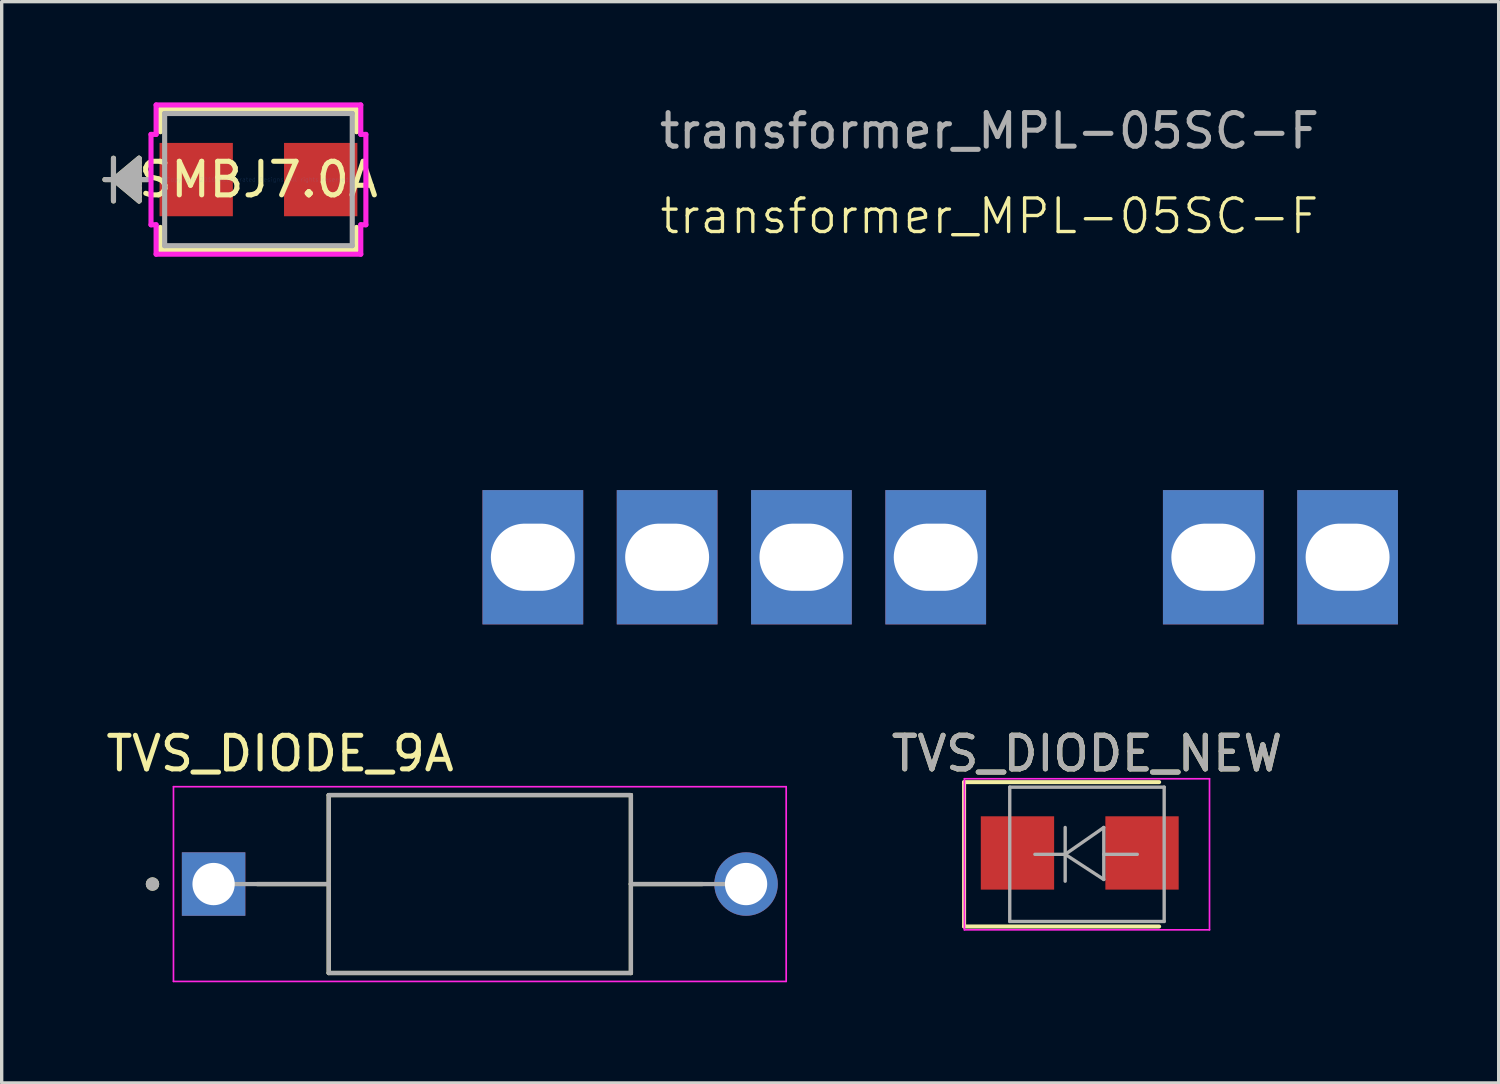
<source format=kicad_pcb>
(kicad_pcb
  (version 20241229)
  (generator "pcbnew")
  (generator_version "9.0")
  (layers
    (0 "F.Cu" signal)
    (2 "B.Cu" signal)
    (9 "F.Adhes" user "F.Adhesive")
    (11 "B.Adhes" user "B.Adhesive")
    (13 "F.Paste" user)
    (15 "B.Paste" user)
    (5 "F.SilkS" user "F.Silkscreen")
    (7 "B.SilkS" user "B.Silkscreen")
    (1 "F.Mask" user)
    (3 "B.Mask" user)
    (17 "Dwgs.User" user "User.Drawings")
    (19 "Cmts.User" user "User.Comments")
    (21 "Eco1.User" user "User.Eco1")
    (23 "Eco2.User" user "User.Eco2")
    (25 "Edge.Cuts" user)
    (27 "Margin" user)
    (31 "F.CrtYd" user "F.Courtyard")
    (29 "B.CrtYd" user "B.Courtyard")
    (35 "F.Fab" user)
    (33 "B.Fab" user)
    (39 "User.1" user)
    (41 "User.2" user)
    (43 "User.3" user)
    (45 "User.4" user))
  (footprint "transformer_MPL-05SC-F"
    (layer "F.Cu")
    (at 26.421 13.548)
    (property "Reference" "transformer_MPL-05SC-F" (at 0 -10.16 0) (unlocked yes) (layer "F.SilkS") (effects (font (size 1 1) (thickness 0.1))))
    (attr smd)
    (fp_text user "${REFERENCE}" (at 0 -12.7 0) (unlocked yes) (layer "F.Fab") (effects (font (size 1 1) (thickness 0.15))))
    (pad "1" thru_hole rect (at -13.6 0) (size 3 4) (drill oval 2.5 2) (layers "*.Cu" "*.Mask"))
    (pad "2" thru_hole rect (at -9.6 0) (size 3 4) (drill oval 2.5 2) (layers "*.Cu" "*.Mask"))
    (pad "3" thru_hole rect (at -5.6 0) (size 3 4) (drill oval 2.5 2) (layers "*.Cu" "*.Mask"))
    (pad "4" thru_hole rect (at -1.6 0) (size 3 4) (drill oval 2.5 2) (layers "*.Cu" "*.Mask"))
    (pad "6" thru_hole rect (at 6.668 0) (size 3 4) (drill oval 2.5 2) (layers "*.Cu" "*.Mask"))
    (pad "7" thru_hole rect (at 10.668 0) (size 3 4) (drill oval 2.5 2) (layers "*.Cu" "*.Mask")))
  (footprint "TVS_DIODE_NEW"
    (layer "F.Cu")
    (at 29.326 22.396)
    (property "Reference" "TVS_DIODE_NEW" (at 0 -3 0) (layer "F.SilkS") (effects (font (size 1 1) (thickness 0.15))))
    (attr smd)
    (fp_line (start -3.66 -2.15) (end -3.66 2.15) (stroke (width 0.12) (type solid)) (layer "F.SilkS"))
    (fp_line (start -3.66 -2.15) (end 2.15 -2.15) (stroke (width 0.12) (type solid)) (layer "F.SilkS"))
    (fp_line (start -3.66 2.15) (end 2.15 2.15) (stroke (width 0.12) (type solid)) (layer "F.SilkS"))
    (fp_line (start -3.65 -2.25) (end 3.65 -2.25) (stroke (width 0.05) (type solid)) (layer "F.CrtYd"))
    (fp_line (start -3.65 2.25) (end -3.65 -2.25) (stroke (width 0.05) (type solid)) (layer "F.CrtYd"))
    (fp_line (start 3.65 -2.25) (end 3.65 2.25) (stroke (width 0.05) (type solid)) (layer "F.CrtYd"))
    (fp_line (start 3.65 2.25) (end -3.65 2.25) (stroke (width 0.05) (type solid)) (layer "F.CrtYd"))
    (fp_line (start -2.3 2) (end -2.3 -2) (stroke (width 0.1) (type solid)) (layer "F.Fab"))
    (fp_line (start -0.649 -0.799) (end -0.649 0.801) (stroke (width 0.1) (type solid)) (layer "F.Fab"))
    (fp_line (start -0.649 0.001) (end -1.551 0.001) (stroke (width 0.1) (type solid)) (layer "F.Fab"))
    (fp_line (start -0.649 0.001) (end 0.501 -0.799) (stroke (width 0.1) (type solid)) (layer "F.Fab"))
    (fp_line (start -0.649 0.001) (end 0.501 0.75) (stroke (width 0.1) (type solid)) (layer "F.Fab"))
    (fp_line (start 0.501 0.001) (end 1.499 0.001) (stroke (width 0.1) (type solid)) (layer "F.Fab"))
    (fp_line (start 0.501 0.75) (end 0.501 -0.799) (stroke (width 0.1) (type solid)) (layer "F.Fab"))
    (fp_line (start 2.3 -2) (end -2.3 -2) (stroke (width 0.1) (type solid)) (layer "F.Fab"))
    (fp_line (start 2.3 -2) (end 2.3 2) (stroke (width 0.1) (type solid)) (layer "F.Fab"))
    (fp_line (start 2.3 2) (end -2.3 2) (stroke (width 0.1) (type solid)) (layer "F.Fab"))
    (fp_text user "${REFERENCE}" (at 0 -3 0) (layer "F.Fab") (effects (font (size 1 1) (thickness 0.15))))
    (pad "1" smd rect (at -2.07 -0.04 90) (size 2.184 2.184) (layers "F.Cu" "F.Mask" "F.Paste"))
    (pad "2" smd rect (at 1.64 -0.04 90) (size 2.184 2.184) (layers "F.Cu" "F.Mask" "F.Paste")))
  (footprint "TVS_DIODE_9A"
    (layer "F.Cu")
    (at 11.242 23.282)
    (property "Reference" "TVS_DIODE_9A" (at -5.95 -3.885 0) (layer "F.SilkS") (effects (font (size 1 1) (thickness 0.15))))
    (attr through_hole)
    (fp_line (start -4.5 -2.65) (end -4.5 0) (stroke (width 0.127) (type solid)) (layer "F.SilkS"))
    (fp_line (start -4.5 0) (end -6.63 0) (stroke (width 0.127) (type solid)) (layer "F.SilkS"))
    (fp_line (start -4.5 0) (end -4.5 2.65) (stroke (width 0.127) (type solid)) (layer "F.SilkS"))
    (fp_line (start -4.5 2.65) (end 4.5 2.65) (stroke (width 0.127) (type solid)) (layer "F.SilkS"))
    (fp_line (start 4.5 -2.65) (end -4.5 -2.65) (stroke (width 0.127) (type solid)) (layer "F.SilkS"))
    (fp_line (start 4.5 0) (end 4.5 -2.65) (stroke (width 0.127) (type solid)) (layer "F.SilkS"))
    (fp_line (start 4.5 0) (end 6.63 0) (stroke (width 0.127) (type solid)) (layer "F.SilkS"))
    (fp_line (start 4.5 2.65) (end 4.5 0) (stroke (width 0.127) (type solid)) (layer "F.SilkS"))
    (fp_circle (center -9.75 0) (end -9.65 0) (stroke (width 0.2) (type solid)) (fill no) (layer "F.SilkS"))
    (fp_line (start -9.125 -2.9) (end -9.125 2.9) (stroke (width 0.05) (type solid)) (layer "F.CrtYd"))
    (fp_line (start -9.125 2.9) (end 9.125 2.9) (stroke (width 0.05) (type solid)) (layer "F.CrtYd"))
    (fp_line (start 9.125 -2.9) (end -9.125 -2.9) (stroke (width 0.05) (type solid)) (layer "F.CrtYd"))
    (fp_line (start 9.125 2.9) (end 9.125 -2.9) (stroke (width 0.05) (type solid)) (layer "F.CrtYd"))
    (fp_line (start -4.5 -2.65) (end -4.5 0) (stroke (width 0.127) (type solid)) (layer "F.Fab"))
    (fp_line (start -4.5 0) (end -7.93 0) (stroke (width 0.127) (type solid)) (layer "F.Fab"))
    (fp_line (start -4.5 0) (end -4.5 2.65) (stroke (width 0.127) (type solid)) (layer "F.Fab"))
    (fp_line (start -4.5 2.65) (end 4.5 2.65) (stroke (width 0.127) (type solid)) (layer "F.Fab"))
    (fp_line (start 4.5 -2.65) (end -4.5 -2.65) (stroke (width 0.127) (type solid)) (layer "F.Fab"))
    (fp_line (start 4.5 0) (end 4.5 -2.65) (stroke (width 0.127) (type solid)) (layer "F.Fab"))
    (fp_line (start 4.5 0) (end 7.93 0) (stroke (width 0.127) (type solid)) (layer "F.Fab"))
    (fp_line (start 4.5 2.65) (end 4.5 0) (stroke (width 0.127) (type solid)) (layer "F.Fab"))
    (fp_circle (center -9.75 0) (end -9.65 0) (stroke (width 0.2) (type solid)) (fill no) (layer "F.Fab"))
    (pad "A" thru_hole circle (at 7.93 0) (size 1.89 1.89) (drill 1.26) (layers "*.Cu" "*.Mask"))
    (pad "C" thru_hole rect (at -7.93 0) (size 1.89 1.89) (drill 1.26) (layers "*.Cu" "*.Mask")))
  (footprint "SMBJ7.0A"
    (layer "F.Cu")
    (at 4.648 2.299)
    (property "Reference" "SMBJ7.0A" (at 0 0 0) (layer "F.SilkS") (effects (font (size 1 1) (thickness 0.15))))
    (attr through_hole)
    (fp_line (start -4.318 -0.635) (end -4.318 0.635) (stroke (width 0.152) (type solid)) (layer "F.SilkS"))
    (fp_line (start -4.318 0) (end -3.556 -0.635) (stroke (width 0.152) (type solid)) (layer "F.SilkS"))
    (fp_line (start -4.318 0) (end -3.556 -0.508) (stroke (width 0.152) (type solid)) (layer "F.SilkS"))
    (fp_line (start -4.318 0) (end -3.556 -0.381) (stroke (width 0.152) (type solid)) (layer "F.SilkS"))
    (fp_line (start -4.318 0) (end -3.556 -0.254) (stroke (width 0.152) (type solid)) (layer "F.SilkS"))
    (fp_line (start -4.318 0) (end -3.556 -0.127) (stroke (width 0.152) (type solid)) (layer "F.SilkS"))
    (fp_line (start -4.318 0) (end -3.556 0.127) (stroke (width 0.152) (type solid)) (layer "F.SilkS"))
    (fp_line (start -4.318 0) (end -3.556 0.254) (stroke (width 0.152) (type solid)) (layer "F.SilkS"))
    (fp_line (start -4.318 0) (end -3.556 0.381) (stroke (width 0.152) (type solid)) (layer "F.SilkS"))
    (fp_line (start -4.318 0) (end -3.556 0.508) (stroke (width 0.152) (type solid)) (layer "F.SilkS"))
    (fp_line (start -4.318 0) (end -3.556 0.635) (stroke (width 0.152) (type solid)) (layer "F.SilkS"))
    (fp_line (start -3.556 -0.635) (end -3.556 0.635) (stroke (width 0.152) (type solid)) (layer "F.SilkS"))
    (fp_line (start -3.302 0) (end -4.572 0) (stroke (width 0.152) (type solid)) (layer "F.SilkS"))
    (fp_line (start -2.921 -2.095) (end -2.921 -1.425) (stroke (width 0.152) (type solid)) (layer "F.SilkS"))
    (fp_line (start -2.921 1.425) (end -2.921 2.095) (stroke (width 0.152) (type solid)) (layer "F.SilkS"))
    (fp_line (start -2.921 2.095) (end 2.921 2.095) (stroke (width 0.152) (type solid)) (layer "F.SilkS"))
    (fp_line (start 2.921 -2.095) (end -2.921 -2.095) (stroke (width 0.152) (type solid)) (layer "F.SilkS"))
    (fp_line (start 2.921 -1.425) (end 2.921 -2.095) (stroke (width 0.152) (type solid)) (layer "F.SilkS"))
    (fp_line (start 2.921 2.095) (end 2.921 1.425) (stroke (width 0.152) (type solid)) (layer "F.SilkS"))
    (fp_line (start -3.2 -1.346) (end -3.048 -1.346) (stroke (width 0.152) (type solid)) (layer "F.CrtYd"))
    (fp_line (start -3.2 1.346) (end -3.2 -1.346) (stroke (width 0.152) (type solid)) (layer "F.CrtYd"))
    (fp_line (start -3.048 -2.223) (end 3.048 -2.223) (stroke (width 0.152) (type solid)) (layer "F.CrtYd"))
    (fp_line (start -3.048 -1.346) (end -3.048 -2.223) (stroke (width 0.152) (type solid)) (layer "F.CrtYd"))
    (fp_line (start -3.048 1.346) (end -3.2 1.346) (stroke (width 0.152) (type solid)) (layer "F.CrtYd"))
    (fp_line (start -3.048 2.223) (end -3.048 1.346) (stroke (width 0.152) (type solid)) (layer "F.CrtYd"))
    (fp_line (start 3.048 -2.223) (end 3.048 -1.346) (stroke (width 0.152) (type solid)) (layer "F.CrtYd"))
    (fp_line (start 3.048 -1.346) (end 3.2 -1.346) (stroke (width 0.152) (type solid)) (layer "F.CrtYd"))
    (fp_line (start 3.048 1.346) (end 3.048 2.223) (stroke (width 0.152) (type solid)) (layer "F.CrtYd"))
    (fp_line (start 3.048 2.223) (end -3.048 2.223) (stroke (width 0.152) (type solid)) (layer "F.CrtYd"))
    (fp_line (start 3.2 -1.346) (end 3.2 1.346) (stroke (width 0.152) (type solid)) (layer "F.CrtYd"))
    (fp_line (start 3.2 1.346) (end 3.048 1.346) (stroke (width 0.152) (type solid)) (layer "F.CrtYd"))
    (fp_line (start -4.318 -0.635) (end -4.318 0.635) (stroke (width 0.152) (type solid)) (layer "F.Fab"))
    (fp_line (start -4.318 0) (end -3.556 -0.635) (stroke (width 0.152) (type solid)) (layer "F.Fab"))
    (fp_line (start -4.318 0) (end -3.556 -0.508) (stroke (width 0.152) (type solid)) (layer "F.Fab"))
    (fp_line (start -4.318 0) (end -3.556 -0.381) (stroke (width 0.152) (type solid)) (layer "F.Fab"))
    (fp_line (start -4.318 0) (end -3.556 -0.254) (stroke (width 0.152) (type solid)) (layer "F.Fab"))
    (fp_line (start -4.318 0) (end -3.556 -0.127) (stroke (width 0.152) (type solid)) (layer "F.Fab"))
    (fp_line (start -4.318 0) (end -3.556 0.127) (stroke (width 0.152) (type solid)) (layer "F.Fab"))
    (fp_line (start -4.318 0) (end -3.556 0.254) (stroke (width 0.152) (type solid)) (layer "F.Fab"))
    (fp_line (start -4.318 0) (end -3.556 0.381) (stroke (width 0.152) (type solid)) (layer "F.Fab"))
    (fp_line (start -4.318 0) (end -3.556 0.508) (stroke (width 0.152) (type solid)) (layer "F.Fab"))
    (fp_line (start -4.318 0) (end -3.556 0.635) (stroke (width 0.152) (type solid)) (layer "F.Fab"))
    (fp_line (start -3.556 -0.635) (end -3.556 0.635) (stroke (width 0.152) (type solid)) (layer "F.Fab"))
    (fp_line (start -3.302 0) (end -4.572 0) (stroke (width 0.152) (type solid)) (layer "F.Fab"))
    (fp_line (start -2.794 -1.968) (end -2.794 1.968) (stroke (width 0.152) (type solid)) (layer "F.Fab"))
    (fp_line (start -2.794 1.968) (end 2.794 1.968) (stroke (width 0.152) (type solid)) (layer "F.Fab"))
    (fp_line (start 2.794 -1.968) (end -2.794 -1.968) (stroke (width 0.152) (type solid)) (layer "F.Fab"))
    (fp_line (start 2.794 1.968) (end 2.794 -1.968) (stroke (width 0.152) (type solid)) (layer "F.Fab"))
    (fp_text user "Copyright 2016 Accelerated Designs. All rights reserved." (at 0 0 0) (layer "Cmts.User") (effects (font (size 0.127 0.127) (thickness 0.002))))
    (pad "1" smd rect (at -1.854 0 90) (size 2.184 2.184) (layers "F.Cu" "F.Mask" "F.Paste"))
    (pad "2" smd rect (at 1.854 0 90) (size 2.184 2.184) (layers "F.Cu" "F.Mask" "F.Paste")))
  (gr_rect
    (start -3 -3)
    (end 41.589 29.206)
    (stroke (width 0.1) (type default))
    (fill no)
    (layer "Edge.Cuts")))
</source>
